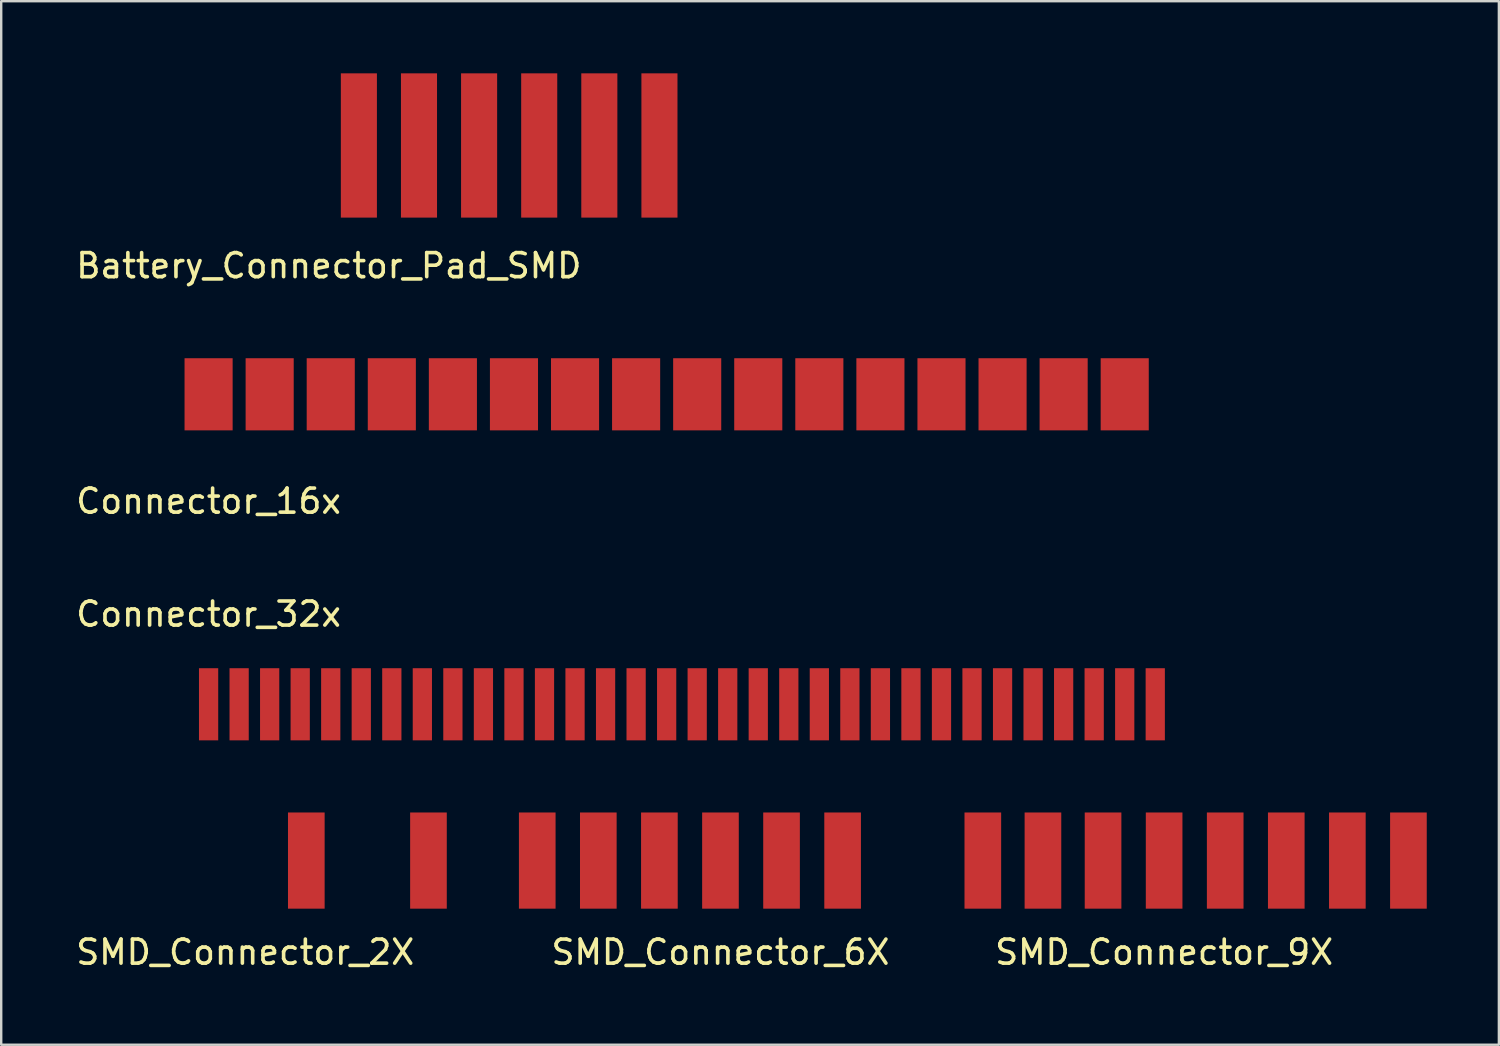
<source format=kicad_pcb>
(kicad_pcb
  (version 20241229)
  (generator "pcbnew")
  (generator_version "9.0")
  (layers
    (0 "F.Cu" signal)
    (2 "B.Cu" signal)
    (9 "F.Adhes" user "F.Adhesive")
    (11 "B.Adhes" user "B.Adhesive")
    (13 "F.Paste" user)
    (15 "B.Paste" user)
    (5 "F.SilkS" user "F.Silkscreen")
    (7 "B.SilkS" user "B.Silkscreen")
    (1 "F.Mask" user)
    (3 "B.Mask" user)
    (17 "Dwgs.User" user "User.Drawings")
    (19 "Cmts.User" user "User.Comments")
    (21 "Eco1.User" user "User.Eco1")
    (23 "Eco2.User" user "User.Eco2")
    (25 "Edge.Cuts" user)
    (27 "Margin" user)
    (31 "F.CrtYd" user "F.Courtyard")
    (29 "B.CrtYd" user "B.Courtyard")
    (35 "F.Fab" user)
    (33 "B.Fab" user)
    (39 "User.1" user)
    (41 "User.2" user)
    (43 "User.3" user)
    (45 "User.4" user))
  (footprint "Connector_32x"
    (layer "F.Cu")
    (at 5.625 26.24)
    (property "Reference" "Connector_32x" (at 0 -3.75 0) (layer "F.SilkS") (effects (font (size 1 1) (thickness 0.15))))
    (attr through_hole)
    (pad "1" smd rect (at 0 0) (size 0.8 3) (layers "F.Cu" "F.Mask" "F.Paste"))
    (pad "2" smd rect (at 1.27 0) (size 0.8 3) (layers "F.Cu" "F.Mask" "F.Paste"))
    (pad "3" smd rect (at 2.54 0) (size 0.8 3) (layers "F.Cu" "F.Mask" "F.Paste"))
    (pad "4" smd rect (at 3.81 0) (size 0.8 3) (layers "F.Cu" "F.Mask" "F.Paste"))
    (pad "5" smd rect (at 5.08 0) (size 0.8 3) (layers "F.Cu" "F.Mask" "F.Paste"))
    (pad "6" smd rect (at 6.35 0) (size 0.8 3) (layers "F.Cu" "F.Mask" "F.Paste"))
    (pad "7" smd rect (at 7.62 0) (size 0.8 3) (layers "F.Cu" "F.Mask" "F.Paste"))
    (pad "8" smd rect (at 8.89 0) (size 0.8 3) (layers "F.Cu" "F.Mask" "F.Paste"))
    (pad "9" smd rect (at 10.16 0) (size 0.8 3) (layers "F.Cu" "F.Mask" "F.Paste"))
    (pad "10" smd rect (at 11.43 0) (size 0.8 3) (layers "F.Cu" "F.Mask" "F.Paste"))
    (pad "11" smd rect (at 12.7 0) (size 0.8 3) (layers "F.Cu" "F.Mask" "F.Paste"))
    (pad "12" smd rect (at 13.97 0) (size 0.8 3) (layers "F.Cu" "F.Mask" "F.Paste"))
    (pad "13" smd rect (at 15.24 0) (size 0.8 3) (layers "F.Cu" "F.Mask" "F.Paste"))
    (pad "14" smd rect (at 16.51 0) (size 0.8 3) (layers "F.Cu" "F.Mask" "F.Paste"))
    (pad "15" smd rect (at 17.78 0) (size 0.8 3) (layers "F.Cu" "F.Mask" "F.Paste"))
    (pad "16" smd rect (at 19.05 0) (size 0.8 3) (layers "F.Cu" "F.Mask" "F.Paste"))
    (pad "17" smd rect (at 20.32 0) (size 0.8 3) (layers "F.Cu" "F.Mask" "F.Paste"))
    (pad "18" smd rect (at 21.59 0) (size 0.8 3) (layers "F.Cu" "F.Mask" "F.Paste"))
    (pad "19" smd rect (at 22.86 0) (size 0.8 3) (layers "F.Cu" "F.Mask" "F.Paste"))
    (pad "20" smd rect (at 24.13 0) (size 0.8 3) (layers "F.Cu" "F.Mask" "F.Paste"))
    (pad "21" smd rect (at 25.4 0) (size 0.8 3) (layers "F.Cu" "F.Mask" "F.Paste"))
    (pad "22" smd rect (at 26.67 0) (size 0.8 3) (layers "F.Cu" "F.Mask" "F.Paste"))
    (pad "23" smd rect (at 27.94 0) (size 0.8 3) (layers "F.Cu" "F.Mask" "F.Paste"))
    (pad "24" smd rect (at 29.21 0) (size 0.8 3) (layers "F.Cu" "F.Mask" "F.Paste"))
    (pad "25" smd rect (at 30.48 0) (size 0.8 3) (layers "F.Cu" "F.Mask" "F.Paste"))
    (pad "26" smd rect (at 31.75 0) (size 0.8 3) (layers "F.Cu" "F.Mask" "F.Paste"))
    (pad "27" smd rect (at 33.02 0) (size 0.8 3) (layers "F.Cu" "F.Mask" "F.Paste"))
    (pad "28" smd rect (at 34.29 0) (size 0.8 3) (layers "F.Cu" "F.Mask" "F.Paste"))
    (pad "29" smd rect (at 35.56 0) (size 0.8 3) (layers "F.Cu" "F.Mask" "F.Paste"))
    (pad "30" smd rect (at 36.83 0) (size 0.8 3) (layers "F.Cu" "F.Mask" "F.Paste"))
    (pad "31" smd rect (at 38.1 0) (size 0.8 3) (layers "F.Cu" "F.Mask" "F.Paste"))
    (pad "32" smd rect (at 39.37 0) (size 0.8 3) (layers "F.Cu" "F.Mask" "F.Paste")))
  (footprint "SMD_Connector_6X"
    (layer "F.Cu")
    (at 31.993 32.74)
    (property "Reference" "SMD_Connector_6X" (at -5.08 3.81 0) (layer "F.SilkS") (effects (font (size 1 1) (thickness 0.15))))
    (attr through_hole)
    (pad "1" smd rect (at -12.7 0) (size 1.524 4) (layers "F.Cu" "F.Mask" "F.Paste"))
    (pad "2" smd rect (at -10.16 0) (size 1.524 4) (layers "F.Cu" "F.Mask" "F.Paste"))
    (pad "3" smd rect (at -7.62 0) (size 1.524 4) (layers "F.Cu" "F.Mask" "F.Paste"))
    (pad "4" smd rect (at -5.08 0) (size 1.524 4) (layers "F.Cu" "F.Mask" "F.Paste"))
    (pad "5" smd rect (at -2.54 0) (size 1.524 4) (layers "F.Cu" "F.Mask" "F.Paste"))
    (pad "6" smd rect (at 0 0) (size 1.524 4) (layers "F.Cu" "F.Mask" "F.Paste")))
  (footprint "Battery_Connector_Pad_SMD"
    (layer "F.Cu")
    (at 18.125 3)
    (property "Reference" "Battery_Connector_Pad_SMD" (at -7.5 5 0) (layer "F.SilkS") (effects (font (size 1 1) (thickness 0.15))))
    (attr through_hole)
    (pad "1" smd rect (at -6.25 0) (size 1.5 6) (layers "F.Cu"))
    (pad "2" smd rect (at -3.75 0) (size 1.5 6) (layers "F.Cu"))
    (pad "3" smd rect (at -1.25 0) (size 1.5 6) (layers "F.Cu"))
    (pad "4" smd rect (at 1.25 0) (size 1.5 6) (layers "F.Cu"))
    (pad "5" smd rect (at 3.75 0) (size 1.5 6) (layers "F.Cu"))
    (pad "6" smd rect (at 6.25 0) (size 1.5 6) (layers "F.Cu")))
  (footprint "SMD_Connector_2X"
    (layer "F.Cu")
    (at 12.229 32.74)
    (property "Reference" "SMD_Connector_2X" (at -5.08 3.81 0) (layer "F.SilkS") (effects (font (size 1 1) (thickness 0.15))))
    (attr through_hole)
    (pad "1" smd rect (at -2.54 0) (size 1.524 4) (layers "F.Cu" "F.Mask" "F.Paste"))
    (pad "2" smd rect (at 2.54 0) (size 1.524 4) (layers "F.Cu" "F.Mask" "F.Paste")))
  (footprint "Connector_16x"
    (layer "F.Cu")
    (at 5.625 13.348)
    (property "Reference" "Connector_16x" (at 0 4.445 0) (layer "F.SilkS") (effects (font (size 1 1) (thickness 0.15))))
    (attr through_hole)
    (pad "1" smd rect (at 0 0) (size 2 3) (layers "F.Cu" "F.Mask" "F.Paste"))
    (pad "2" smd rect (at 2.54 0) (size 2 3) (layers "F.Cu" "F.Mask" "F.Paste"))
    (pad "3" smd rect (at 5.08 0) (size 2 3) (layers "F.Cu" "F.Mask" "F.Paste"))
    (pad "4" smd rect (at 7.62 0) (size 2 3) (layers "F.Cu" "F.Mask" "F.Paste"))
    (pad "5" smd rect (at 10.16 0) (size 2 3) (layers "F.Cu" "F.Mask" "F.Paste"))
    (pad "6" smd rect (at 12.7 0) (size 2 3) (layers "F.Cu" "F.Mask" "F.Paste"))
    (pad "7" smd rect (at 15.24 0) (size 2 3) (layers "F.Cu" "F.Mask" "F.Paste"))
    (pad "8" smd rect (at 17.78 0) (size 2 3) (layers "F.Cu" "F.Mask" "F.Paste"))
    (pad "9" smd rect (at 20.32 0) (size 2 3) (layers "F.Cu" "F.Mask" "F.Paste"))
    (pad "10" smd rect (at 22.86 0) (size 2 3) (layers "F.Cu" "F.Mask" "F.Paste"))
    (pad "11" smd rect (at 25.4 0) (size 2 3) (layers "F.Cu" "F.Mask" "F.Paste"))
    (pad "12" smd rect (at 27.94 0) (size 2 3) (layers "F.Cu" "F.Mask" "F.Paste"))
    (pad "13" smd rect (at 30.48 0) (size 2 3) (layers "F.Cu" "F.Mask" "F.Paste"))
    (pad "14" smd rect (at 33.02 0) (size 2 3) (layers "F.Cu" "F.Mask" "F.Paste"))
    (pad "15" smd rect (at 35.56 0) (size 2 3) (layers "F.Cu" "F.Mask" "F.Paste"))
    (pad "16" smd rect (at 38.1 0) (size 2 3) (layers "F.Cu" "F.Mask" "F.Paste")))
  (footprint "SMD_Connector_9X"
    (layer "F.Cu")
    (at 55.524 32.74)
    (property "Reference" "SMD_Connector_9X" (at -10.16 3.81 0) (layer "F.SilkS") (effects (font (size 1 1) (thickness 0.15))))
    (attr through_hole)
    (pad "1" smd rect (at -17.7 0) (size 1.524 4) (layers "F.Cu" "F.Mask" "F.Paste"))
    (pad "2" smd rect (at -15.2 0) (size 1.524 4) (layers "F.Cu" "F.Mask" "F.Paste"))
    (pad "3" smd rect (at -12.7 0) (size 1.524 4) (layers "F.Cu" "F.Mask" "F.Paste"))
    (pad "4" smd rect (at -10.16 0) (size 1.524 4) (layers "F.Cu" "F.Mask" "F.Paste"))
    (pad "5" smd rect (at -7.62 0) (size 1.524 4) (layers "F.Cu" "F.Mask" "F.Paste"))
    (pad "6" smd rect (at -5.08 0) (size 1.524 4) (layers "F.Cu" "F.Mask" "F.Paste"))
    (pad "7" smd rect (at -2.54 0) (size 1.524 4) (layers "F.Cu" "F.Mask" "F.Paste"))
    (pad "8" smd rect (at 0 0) (size 1.524 4) (layers "F.Cu" "F.Mask" "F.Paste")))
  (gr_rect
    (start -3 -3)
    (end 59.286 40.398)
    (stroke (width 0.1) (type default))
    (fill no)
    (layer "Edge.Cuts")))
</source>
